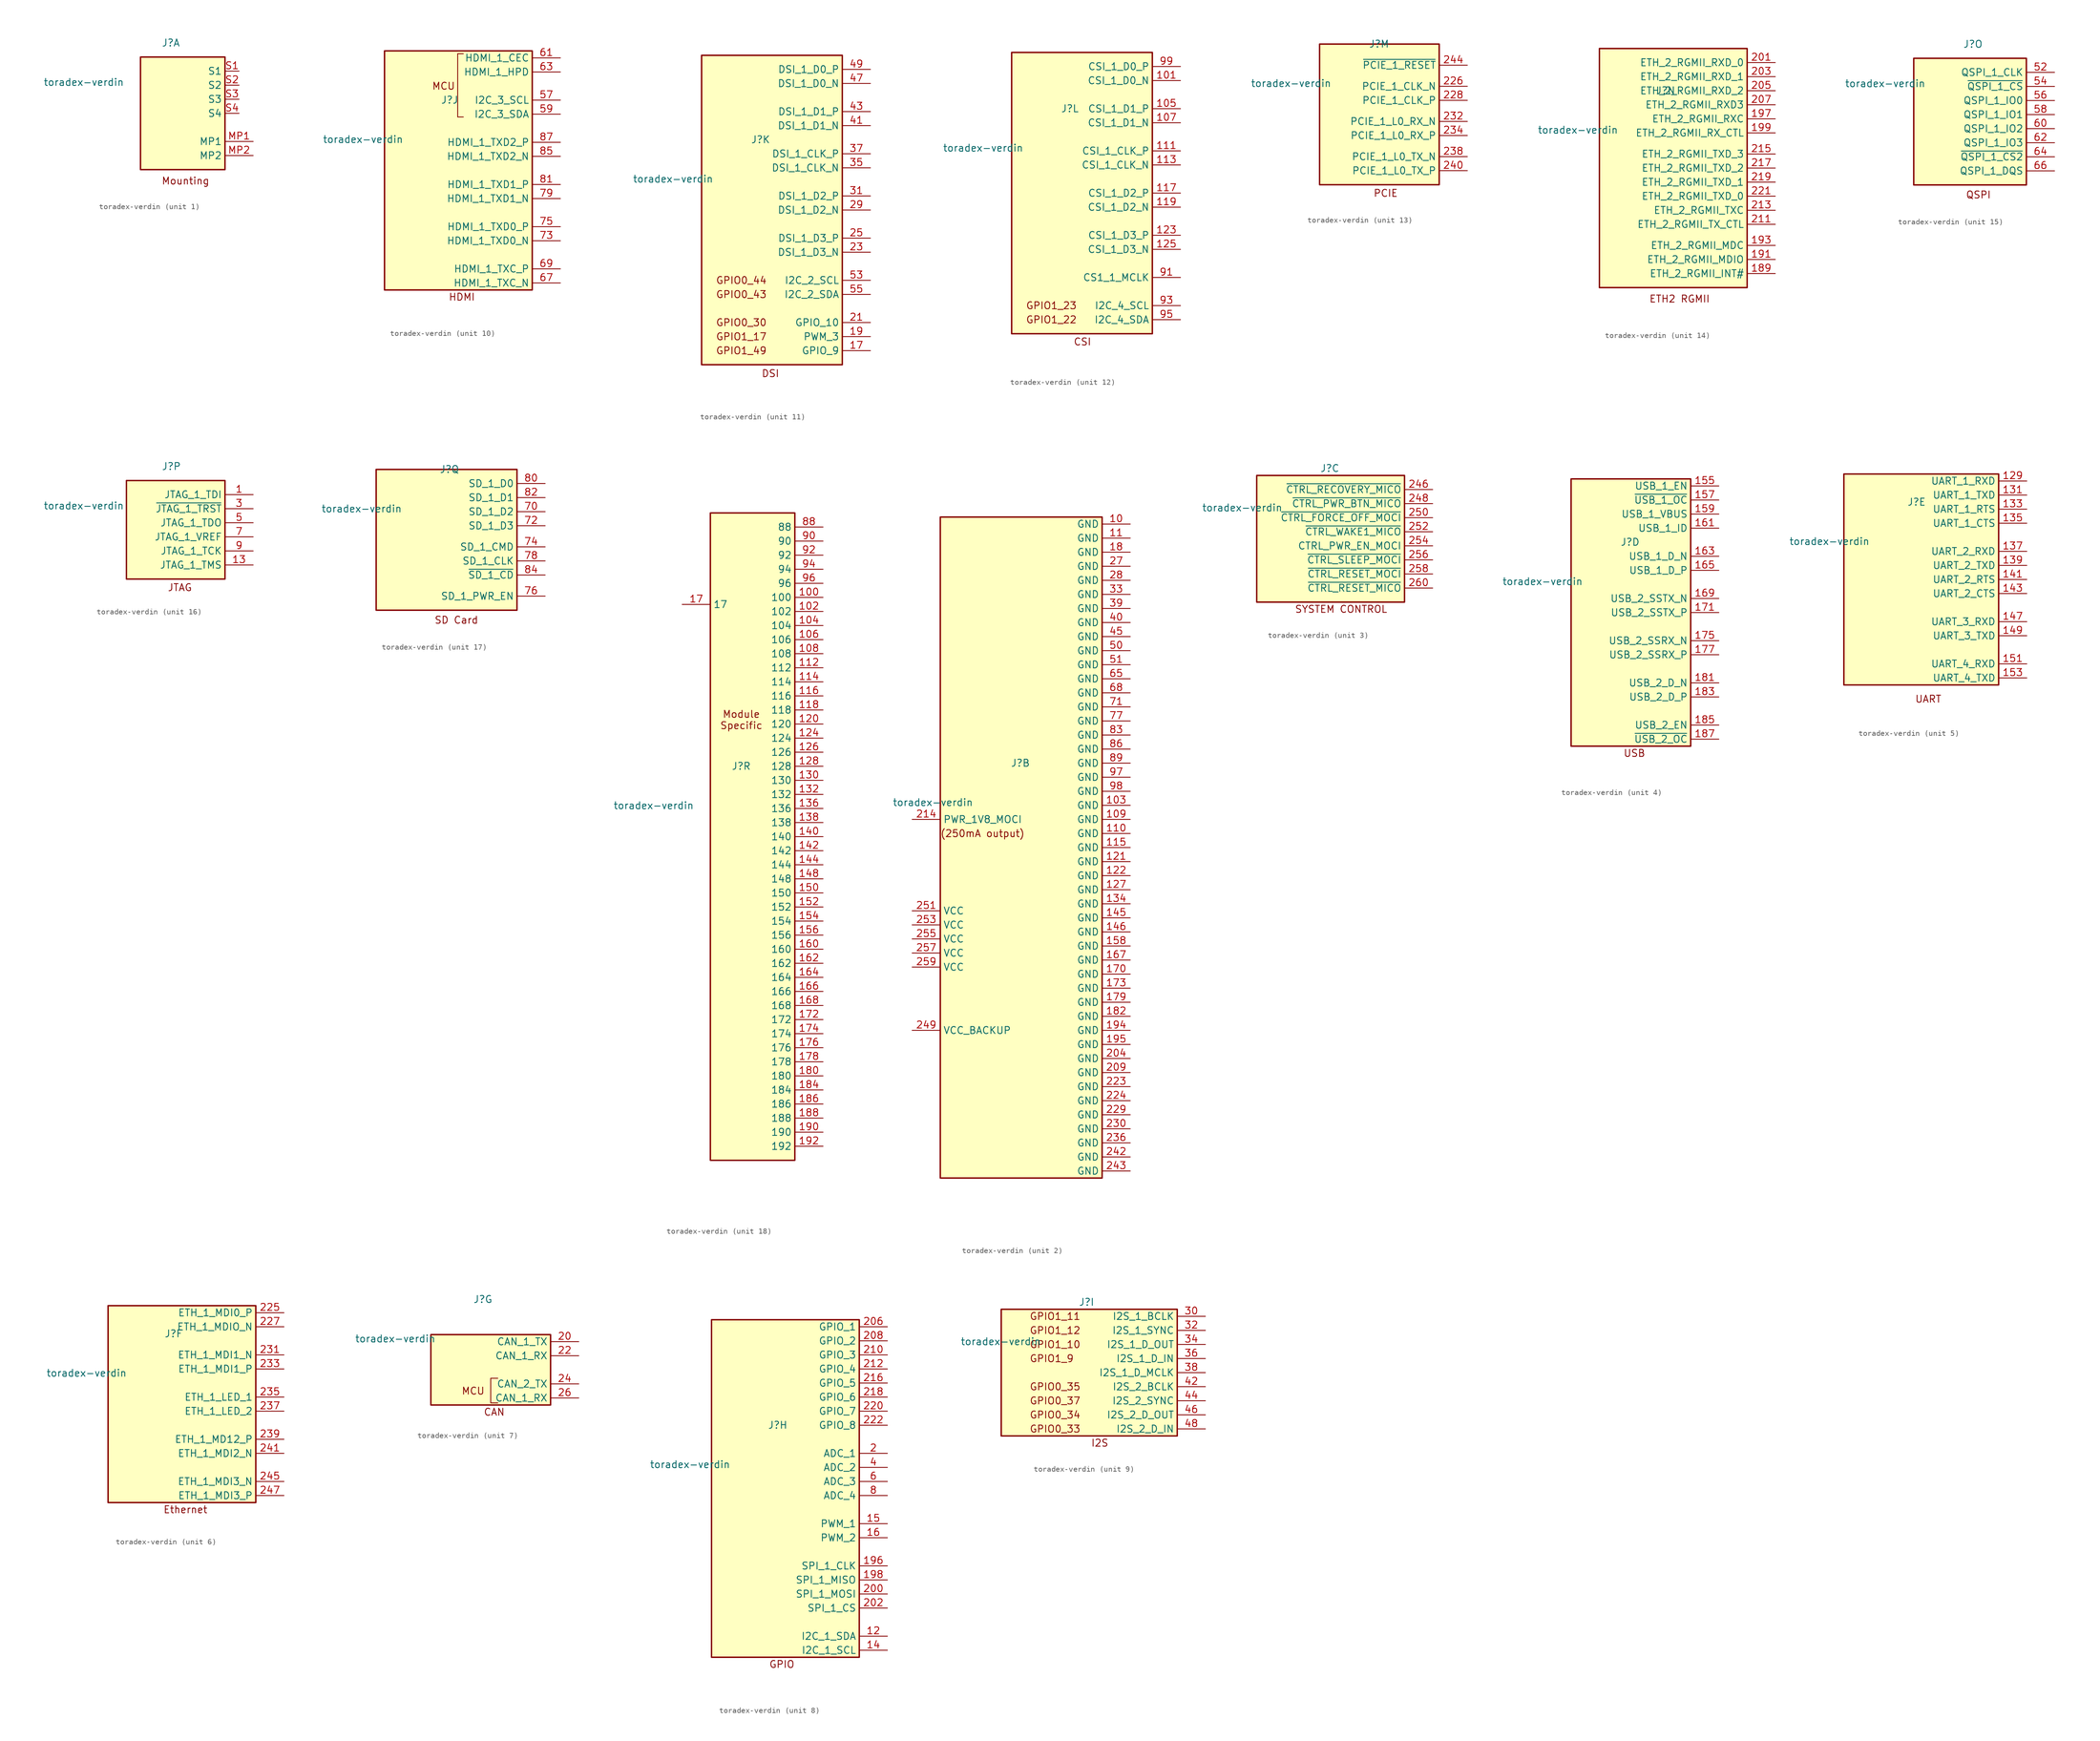
<source format=kicad_sym>
(kicad_symbol_lib
  (version 20231120)
  (generator "kicad_symbol_editor")
  (generator_version "8.0")
  (symbol "toradex-verdin"
    (property "Reference" "J"
      (at -3.81 13.462 0)
      (effects (font (size 1.27 1.27)) (justify left top)))
    (property "Value" "toradex-verdin"
      (at -25.146 6.35 0)
      (effects (font (size 1.27 1.27)) (justify left top)))
    (property "ki_locked" ""
      (at 0 0 0)
      (effects (font (size 1.27 1.27))))
    (symbol "toradex-verdin_1_1"
      (rectangle (start -7.62 10.16) (end 7.62 -10.16) (stroke (width 0.254) (type default)) (fill (type background)))
      (text "Mounting" (at 0.508 -12.192 0) (effects (font (size 1.27 1.27))))
      (pin passive line (at 12.7 -5.08 180) (length 5.08) (name "MP1" (effects (font (size 1.27 1.27)))) (number "MP1" (effects (font (size 1.27 1.27)))))
      (pin passive line (at 12.7 -7.62 180) (length 5.08) (name "MP2" (effects (font (size 1.27 1.27)))) (number "MP2" (effects (font (size 1.27 1.27)))))
      (pin input line (at 10.16 7.62 180) (length 2.54) (name "S1" (effects (font (size 1.27 1.27)))) (number "S1" (effects (font (size 1.27 1.27)))))
      (pin input line (at 10.16 5.08 180) (length 2.54) (name "S2" (effects (font (size 1.27 1.27)))) (number "S2" (effects (font (size 1.27 1.27)))))
      (pin input line (at 10.16 2.54 180) (length 2.54) (name "S3" (effects (font (size 1.27 1.27)))) (number "S3" (effects (font (size 1.27 1.27)))))
      (pin input line (at 10.16 0 180) (length 2.54) (name "S4" (effects (font (size 1.27 1.27)))) (number "S4" (effects (font (size 1.27 1.27))))))
    (symbol "toradex-verdin_2_1"
      (rectangle (start -16.51 57.15) (end 12.7 -62.23) (stroke (width 0.254) (type default)) (fill (type background)))
      (text "(250mA output)" (at -8.89 0 0) (effects (font (size 1.27 1.27))))
      (pin power_in line (at 17.78 55.88 180) (length 5.08) (name "GND" (effects (font (size 1.27 1.27)))) (number "10" (effects (font (size 1.27 1.27)))))
      (pin power_in line (at 17.78 5.08 180) (length 5.08) (name "GND" (effects (font (size 1.27 1.27)))) (number "103" (effects (font (size 1.27 1.27)))))
      (pin power_in line (at 17.78 2.54 180) (length 5.08) (name "GND" (effects (font (size 1.27 1.27)))) (number "109" (effects (font (size 1.27 1.27)))))
      (pin power_in line (at 17.78 53.34 180) (length 5.08) (name "GND" (effects (font (size 1.27 1.27)))) (number "11" (effects (font (size 1.27 1.27)))))
      (pin power_in line (at 17.78 0 180) (length 5.08) (name "GND" (effects (font (size 1.27 1.27)))) (number "110" (effects (font (size 1.27 1.27)))))
      (pin power_in line (at 17.78 -2.54 180) (length 5.08) (name "GND" (effects (font (size 1.27 1.27)))) (number "115" (effects (font (size 1.27 1.27)))))
      (pin power_in line (at 17.78 -5.08 180) (length 5.08) (name "GND" (effects (font (size 1.27 1.27)))) (number "121" (effects (font (size 1.27 1.27)))))
      (pin power_in line (at 17.78 -7.62 180) (length 5.08) (name "GND" (effects (font (size 1.27 1.27)))) (number "122" (effects (font (size 1.27 1.27)))))
      (pin power_in line (at 17.78 -10.16 180) (length 5.08) (name "GND" (effects (font (size 1.27 1.27)))) (number "127" (effects (font (size 1.27 1.27)))))
      (pin power_in line (at 17.78 -12.7 180) (length 5.08) (name "GND" (effects (font (size 1.27 1.27)))) (number "134" (effects (font (size 1.27 1.27)))))
      (pin power_in line (at 17.78 -15.24 180) (length 5.08) (name "GND" (effects (font (size 1.27 1.27)))) (number "145" (effects (font (size 1.27 1.27)))))
      (pin power_in line (at 17.78 -17.78 180) (length 5.08) (name "GND" (effects (font (size 1.27 1.27)))) (number "146" (effects (font (size 1.27 1.27)))))
      (pin power_in line (at 17.78 -20.32 180) (length 5.08) (name "GND" (effects (font (size 1.27 1.27)))) (number "158" (effects (font (size 1.27 1.27)))))
      (pin power_in line (at 17.78 -22.86 180) (length 5.08) (name "GND" (effects (font (size 1.27 1.27)))) (number "167" (effects (font (size 1.27 1.27)))))
      (pin power_in line (at 17.78 -25.4 180) (length 5.08) (name "GND" (effects (font (size 1.27 1.27)))) (number "170" (effects (font (size 1.27 1.27)))))
      (pin power_in line (at 17.78 -27.94 180) (length 5.08) (name "GND" (effects (font (size 1.27 1.27)))) (number "173" (effects (font (size 1.27 1.27)))))
      (pin power_in line (at 17.78 -30.48 180) (length 5.08) (name "GND" (effects (font (size 1.27 1.27)))) (number "179" (effects (font (size 1.27 1.27)))))
      (pin power_in line (at 17.78 50.8 180) (length 5.08) (name "GND" (effects (font (size 1.27 1.27)))) (number "18" (effects (font (size 1.27 1.27)))))
      (pin power_in line (at 17.78 -33.02 180) (length 5.08) (name "GND" (effects (font (size 1.27 1.27)))) (number "182" (effects (font (size 1.27 1.27)))))
      (pin power_in line (at 17.78 -35.56 180) (length 5.08) (name "GND" (effects (font (size 1.27 1.27)))) (number "194" (effects (font (size 1.27 1.27)))))
      (pin power_in line (at 17.78 -38.1 180) (length 5.08) (name "GND" (effects (font (size 1.27 1.27)))) (number "195" (effects (font (size 1.27 1.27)))))
      (pin power_in line (at 17.78 -40.64 180) (length 5.08) (name "GND" (effects (font (size 1.27 1.27)))) (number "204" (effects (font (size 1.27 1.27)))))
      (pin power_in line (at 17.78 -43.18 180) (length 5.08) (name "GND" (effects (font (size 1.27 1.27)))) (number "209" (effects (font (size 1.27 1.27)))))
      (pin power_out line (at -21.59 2.54 0) (length 5.08) (name "PWR_1V8_MOCI" (effects (font (size 1.27 1.27)))) (number "214" (effects (font (size 1.27 1.27)))))
      (pin power_in line (at 17.78 -45.72 180) (length 5.08) (name "GND" (effects (font (size 1.27 1.27)))) (number "223" (effects (font (size 1.27 1.27)))))
      (pin power_in line (at 17.78 -48.26 180) (length 5.08) (name "GND" (effects (font (size 1.27 1.27)))) (number "224" (effects (font (size 1.27 1.27)))))
      (pin power_in line (at 17.78 -50.8 180) (length 5.08) (name "GND" (effects (font (size 1.27 1.27)))) (number "229" (effects (font (size 1.27 1.27)))))
      (pin power_in line (at 17.78 -53.34 180) (length 5.08) (name "GND" (effects (font (size 1.27 1.27)))) (number "230" (effects (font (size 1.27 1.27)))))
      (pin power_in line (at 17.78 -55.88 180) (length 5.08) (name "GND" (effects (font (size 1.27 1.27)))) (number "236" (effects (font (size 1.27 1.27)))))
      (pin power_in line (at 17.78 -58.42 180) (length 5.08) (name "GND" (effects (font (size 1.27 1.27)))) (number "242" (effects (font (size 1.27 1.27)))))
      (pin power_in line (at 17.78 -60.96 180) (length 5.08) (name "GND" (effects (font (size 1.27 1.27)))) (number "243" (effects (font (size 1.27 1.27)))))
      (pin power_in line (at -21.59 -35.56 0) (length 5.08) (name "VCC_BACKUP" (effects (font (size 1.27 1.27)))) (number "249" (effects (font (size 1.27 1.27)))))
      (pin power_in line (at -21.59 -13.97 0) (length 5.08) (name "VCC" (effects (font (size 1.27 1.27)))) (number "251" (effects (font (size 1.27 1.27)))))
      (pin power_in line (at -21.59 -16.51 0) (length 5.08) (name "VCC" (effects (font (size 1.27 1.27)))) (number "253" (effects (font (size 1.27 1.27)))))
      (pin power_in line (at -21.59 -19.05 0) (length 5.08) (name "VCC" (effects (font (size 1.27 1.27)))) (number "255" (effects (font (size 1.27 1.27)))))
      (pin power_in line (at -21.59 -21.59 0) (length 5.08) (name "VCC" (effects (font (size 1.27 1.27)))) (number "257" (effects (font (size 1.27 1.27)))))
      (pin power_in line (at -21.59 -24.13 0) (length 5.08) (name "VCC" (effects (font (size 1.27 1.27)))) (number "259" (effects (font (size 1.27 1.27)))))
      (pin power_in line (at 17.78 48.26 180) (length 5.08) (name "GND" (effects (font (size 1.27 1.27)))) (number "27" (effects (font (size 1.27 1.27)))))
      (pin power_in line (at 17.78 45.72 180) (length 5.08) (name "GND" (effects (font (size 1.27 1.27)))) (number "28" (effects (font (size 1.27 1.27)))))
      (pin power_in line (at 17.78 43.18 180) (length 5.08) (name "GND" (effects (font (size 1.27 1.27)))) (number "33" (effects (font (size 1.27 1.27)))))
      (pin power_in line (at 17.78 40.64 180) (length 5.08) (name "GND" (effects (font (size 1.27 1.27)))) (number "39" (effects (font (size 1.27 1.27)))))
      (pin power_in line (at 17.78 38.1 180) (length 5.08) (name "GND" (effects (font (size 1.27 1.27)))) (number "40" (effects (font (size 1.27 1.27)))))
      (pin power_in line (at 17.78 35.56 180) (length 5.08) (name "GND" (effects (font (size 1.27 1.27)))) (number "45" (effects (font (size 1.27 1.27)))))
      (pin power_in line (at 17.78 33.02 180) (length 5.08) (name "GND" (effects (font (size 1.27 1.27)))) (number "50" (effects (font (size 1.27 1.27)))))
      (pin power_in line (at 17.78 30.48 180) (length 5.08) (name "GND" (effects (font (size 1.27 1.27)))) (number "51" (effects (font (size 1.27 1.27)))))
      (pin power_in line (at 17.78 27.94 180) (length 5.08) (name "GND" (effects (font (size 1.27 1.27)))) (number "65" (effects (font (size 1.27 1.27)))))
      (pin power_in line (at 17.78 25.4 180) (length 5.08) (name "GND" (effects (font (size 1.27 1.27)))) (number "68" (effects (font (size 1.27 1.27)))))
      (pin power_in line (at 17.78 22.86 180) (length 5.08) (name "GND" (effects (font (size 1.27 1.27)))) (number "71" (effects (font (size 1.27 1.27)))))
      (pin power_in line (at 17.78 20.32 180) (length 5.08) (name "GND" (effects (font (size 1.27 1.27)))) (number "77" (effects (font (size 1.27 1.27)))))
      (pin power_in line (at 17.78 17.78 180) (length 5.08) (name "GND" (effects (font (size 1.27 1.27)))) (number "83" (effects (font (size 1.27 1.27)))))
      (pin power_in line (at 17.78 15.24 180) (length 5.08) (name "GND" (effects (font (size 1.27 1.27)))) (number "86" (effects (font (size 1.27 1.27)))))
      (pin power_in line (at 17.78 12.7 180) (length 5.08) (name "GND" (effects (font (size 1.27 1.27)))) (number "89" (effects (font (size 1.27 1.27)))))
      (pin power_in line (at 17.78 10.16 180) (length 5.08) (name "GND" (effects (font (size 1.27 1.27)))) (number "97" (effects (font (size 1.27 1.27)))))
      (pin power_in line (at 17.78 7.62 180) (length 5.08) (name "GND" (effects (font (size 1.27 1.27)))) (number "98" (effects (font (size 1.27 1.27))))))
    (symbol "toradex-verdin_3_1"
      (rectangle (start -15.24 11.43) (end 11.43 -11.43) (stroke (width 0.254) (type default)) (fill (type background)))
      (text "SYSTEM CONTROL" (at 0 -12.7 0) (effects (font (size 1.27 1.27))))
      (pin passive line (at 16.51 8.89 180) (length 5.08) (name "~{CTRL_RECOVERY_MICO}" (effects (font (size 1.27 1.27)))) (number "246" (effects (font (size 1.27 1.27)))))
      (pin passive line (at 16.51 6.35 180) (length 5.08) (name "~{CTRL_PWR_BTN_MICO}" (effects (font (size 1.27 1.27)))) (number "248" (effects (font (size 1.27 1.27)))))
      (pin passive line (at 16.51 3.81 180) (length 5.08) (name "~{CTRL_FORCE_OFF_MOCI}" (effects (font (size 1.27 1.27)))) (number "250" (effects (font (size 1.27 1.27)))))
      (pin passive line (at 16.51 1.27 180) (length 5.08) (name "~{CTRL_WAKE1_MICO}" (effects (font (size 1.27 1.27)))) (number "252" (effects (font (size 1.27 1.27)))))
      (pin passive line (at 16.51 -1.27 180) (length 5.08) (name "CTRL_PWR_EN_MOCI" (effects (font (size 1.27 1.27)))) (number "254" (effects (font (size 1.27 1.27)))))
      (pin passive line (at 16.51 -3.81 180) (length 5.08) (name "~{CTRL_SLEEP_MOCI}" (effects (font (size 1.27 1.27)))) (number "256" (effects (font (size 1.27 1.27)))))
      (pin passive line (at 16.51 -6.35 180) (length 5.08) (name "~{CTRL_RESET_MOCI}" (effects (font (size 1.27 1.27)))) (number "258" (effects (font (size 1.27 1.27)))))
      (pin passive line (at 16.51 -8.89 180) (length 5.08) (name "~{CTRL_RESET_MICO}" (effects (font (size 1.27 1.27)))) (number "260" (effects (font (size 1.27 1.27))))))
    (symbol "toradex-verdin_4_1"
      (rectangle (start -12.7 24.13) (end 8.89 -24.13) (stroke (width 0.254) (type default)) (fill (type background)))
      (text "USB" (at -1.27 -25.4 0) (effects (font (size 1.27 1.27))))
      (pin passive line (at 13.97 22.86 180) (length 5.08) (name "USB_1_EN" (effects (font (size 1.27 1.27)))) (number "155" (effects (font (size 1.27 1.27)))))
      (pin passive line (at 13.97 20.32 180) (length 5.08) (name "~{USB_1_OC}" (effects (font (size 1.27 1.27)))) (number "157" (effects (font (size 1.27 1.27)))))
      (pin passive line (at 13.97 17.78 180) (length 5.08) (name "USB_1_VBUS" (effects (font (size 1.27 1.27)))) (number "159" (effects (font (size 1.27 1.27)))))
      (pin passive line (at 13.97 15.24 180) (length 5.08) (name "USB_1_ID" (effects (font (size 1.27 1.27)))) (number "161" (effects (font (size 1.27 1.27)))))
      (pin passive line (at 13.97 10.16 180) (length 5.08) (name "USB_1_D_N" (effects (font (size 1.27 1.27)))) (number "163" (effects (font (size 1.27 1.27)))))
      (pin passive line (at 13.97 7.62 180) (length 5.08) (name "USB_1_D_P" (effects (font (size 1.27 1.27)))) (number "165" (effects (font (size 1.27 1.27)))))
      (pin passive line (at 13.97 2.54 180) (length 5.08) (name "USB_2_SSTX_N" (effects (font (size 1.27 1.27)))) (number "169" (effects (font (size 1.27 1.27)))))
      (pin passive line (at 13.97 0 180) (length 5.08) (name "USB_2_SSTX_P" (effects (font (size 1.27 1.27)))) (number "171" (effects (font (size 1.27 1.27)))))
      (pin passive line (at 13.97 -5.08 180) (length 5.08) (name "USB_2_SSRX_N" (effects (font (size 1.27 1.27)))) (number "175" (effects (font (size 1.27 1.27)))))
      (pin passive line (at 13.97 -7.62 180) (length 5.08) (name "USB_2_SSRX_P" (effects (font (size 1.27 1.27)))) (number "177" (effects (font (size 1.27 1.27)))))
      (pin passive line (at 13.97 -12.7 180) (length 5.08) (name "USB_2_D_N" (effects (font (size 1.27 1.27)))) (number "181" (effects (font (size 1.27 1.27)))))
      (pin passive line (at 13.97 -15.24 180) (length 5.08) (name "USB_2_D_P" (effects (font (size 1.27 1.27)))) (number "183" (effects (font (size 1.27 1.27)))))
      (pin passive line (at 13.97 -20.32 180) (length 5.08) (name "USB_2_EN" (effects (font (size 1.27 1.27)))) (number "185" (effects (font (size 1.27 1.27)))))
      (pin passive line (at 13.97 -22.86 180) (length 5.08) (name "~{USB_2_OC}" (effects (font (size 1.27 1.27)))) (number "187" (effects (font (size 1.27 1.27))))))
    (symbol "toradex-verdin_5_1"
      (rectangle (start -15.24 17.78) (end 12.7 -20.32) (stroke (width 0.254) (type default)) (fill (type background)))
      (text "UART" (at 0 -22.86 0) (effects (font (size 1.27 1.27))))
      (pin passive line (at 17.78 16.51 180) (length 5.08) (name "UART_1_RXD" (effects (font (size 1.27 1.27)))) (number "129" (effects (font (size 1.27 1.27)))))
      (pin passive line (at 17.78 13.97 180) (length 5.08) (name "UART_1_TXD" (effects (font (size 1.27 1.27)))) (number "131" (effects (font (size 1.27 1.27)))))
      (pin passive line (at 17.78 11.43 180) (length 5.08) (name "UART_1_RTS" (effects (font (size 1.27 1.27)))) (number "133" (effects (font (size 1.27 1.27)))))
      (pin passive line (at 17.78 8.89 180) (length 5.08) (name "UART_1_CTS" (effects (font (size 1.27 1.27)))) (number "135" (effects (font (size 1.27 1.27)))))
      (pin passive line (at 17.78 3.81 180) (length 5.08) (name "UART_2_RXD" (effects (font (size 1.27 1.27)))) (number "137" (effects (font (size 1.27 1.27)))))
      (pin passive line (at 17.78 1.27 180) (length 5.08) (name "UART_2_TXD" (effects (font (size 1.27 1.27)))) (number "139" (effects (font (size 1.27 1.27)))))
      (pin passive line (at 17.78 -1.27 180) (length 5.08) (name "UART_2_RTS" (effects (font (size 1.27 1.27)))) (number "141" (effects (font (size 1.27 1.27)))))
      (pin passive line (at 17.78 -3.81 180) (length 5.08) (name "UART_2_CTS" (effects (font (size 1.27 1.27)))) (number "143" (effects (font (size 1.27 1.27)))))
      (pin passive line (at 17.78 -8.89 180) (length 5.08) (name "UART_3_RXD" (effects (font (size 1.27 1.27)))) (number "147" (effects (font (size 1.27 1.27)))))
      (pin passive line (at 17.78 -11.43 180) (length 5.08) (name "UART_3_TXD" (effects (font (size 1.27 1.27)))) (number "149" (effects (font (size 1.27 1.27)))))
      (pin passive line (at 17.78 -16.51 180) (length 5.08) (name "UART_4_RXD" (effects (font (size 1.27 1.27)))) (number "151" (effects (font (size 1.27 1.27)))))
      (pin passive line (at 17.78 -19.05 180) (length 5.08) (name "UART_4_TXD" (effects (font (size 1.27 1.27)))) (number "153" (effects (font (size 1.27 1.27))))))
    (symbol "toradex-verdin_6_1"
      (rectangle (start -13.97 17.78) (end 12.7 -17.78) (stroke (width 0.254) (type default)) (fill (type background)))
      (text "Ethernet" (at 0 -19.05 0) (effects (font (size 1.27 1.27))))
      (pin passive line (at 17.78 16.51 180) (length 5.08) (name "ETH_1_MDI0_P" (effects (font (size 1.27 1.27)))) (number "225" (effects (font (size 1.27 1.27)))))
      (pin passive line (at 17.78 13.97 180) (length 5.08) (name "ETH_1_MDIO_N" (effects (font (size 1.27 1.27)))) (number "227" (effects (font (size 1.27 1.27)))))
      (pin passive line (at 17.78 8.89 180) (length 5.08) (name "ETH_1_MDI1_N" (effects (font (size 1.27 1.27)))) (number "231" (effects (font (size 1.27 1.27)))))
      (pin passive line (at 17.78 6.35 180) (length 5.08) (name "ETH_1_MDI1_P" (effects (font (size 1.27 1.27)))) (number "233" (effects (font (size 1.27 1.27)))))
      (pin passive line (at 17.78 1.27 180) (length 5.08) (name "ETH_1_LED_1" (effects (font (size 1.27 1.27)))) (number "235" (effects (font (size 1.27 1.27)))))
      (pin passive line (at 17.78 -1.27 180) (length 5.08) (name "ETH_1_LED_2" (effects (font (size 1.27 1.27)))) (number "237" (effects (font (size 1.27 1.27)))))
      (pin passive line (at 17.78 -6.35 180) (length 5.08) (name "ETH_1_MD12_P" (effects (font (size 1.27 1.27)))) (number "239" (effects (font (size 1.27 1.27)))))
      (pin passive line (at 17.78 -8.89 180) (length 5.08) (name "ETH_1_MDI2_N" (effects (font (size 1.27 1.27)))) (number "241" (effects (font (size 1.27 1.27)))))
      (pin passive line (at 17.78 -13.97 180) (length 5.08) (name "ETH_1_MDI3_N" (effects (font (size 1.27 1.27)))) (number "245" (effects (font (size 1.27 1.27)))))
      (pin passive line (at 17.78 -16.51 180) (length 5.08) (name "ETH_1_MDI3_P" (effects (font (size 1.27 1.27)))) (number "247" (effects (font (size 1.27 1.27))))))
    (symbol "toradex-verdin_7_1"
      (rectangle (start -11.43 6.35) (end 10.16 -6.35) (stroke (width 0.254) (type default)) (fill (type background)))
      (polyline (pts (xy 0.635 -1.524) (xy -0.635 -1.524) (xy -0.635 -5.969) (xy 0.635 -5.969)) (stroke (width 0) (type default)) (fill (type none)))
      (text "CAN" (at 0 -7.62 0) (effects (font (size 1.27 1.27))))
      (text "MCU" (at -3.81 -3.81 0) (effects (font (size 1.27 1.27))))
      (pin passive line (at 15.24 5.08 180) (length 5.08) (name "CAN_1_TX" (effects (font (size 1.27 1.27)))) (number "20" (effects (font (size 1.27 1.27)))))
      (pin passive line (at 15.24 2.54 180) (length 5.08) (name "CAN_1_RX" (effects (font (size 1.27 1.27)))) (number "22" (effects (font (size 1.27 1.27)))))
      (pin passive line (at 15.24 -2.54 180) (length 5.08) (name "CAN_2_TX" (effects (font (size 1.27 1.27)))) (number "24" (effects (font (size 1.27 1.27)))))
      (pin passive line (at 15.24 -5.08 180) (length 5.08) (name "CAN_1_RX" (effects (font (size 1.27 1.27)))) (number "26" (effects (font (size 1.27 1.27))))))
    (symbol "toradex-verdin_8_1"
      (rectangle (start -13.97 31.75) (end 12.7 -29.21) (stroke (width 0.254) (type default)) (fill (type background)))
      (text "GPIO\n" (at -1.27 -30.48 0) (effects (font (size 1.27 1.27))))
      (pin passive line (at 17.78 -25.4 180) (length 5.08) (name "I2C_1_SDA" (effects (font (size 1.27 1.27)))) (number "12" (effects (font (size 1.27 1.27)))))
      (pin passive line (at 17.78 -27.94 180) (length 5.08) (name "I2C_1_SCL" (effects (font (size 1.27 1.27)))) (number "14" (effects (font (size 1.27 1.27)))))
      (pin passive line (at 17.78 -5.08 180) (length 5.08) (name "PWM_1" (effects (font (size 1.27 1.27)))) (number "15" (effects (font (size 1.27 1.27)))))
      (pin passive line (at 17.78 -7.62 180) (length 5.08) (name "PWM_2" (effects (font (size 1.27 1.27)))) (number "16" (effects (font (size 1.27 1.27)))))
      (pin passive line (at 17.78 -12.7 180) (length 5.08) (name "SPI_1_CLK" (effects (font (size 1.27 1.27)))) (number "196" (effects (font (size 1.27 1.27)))))
      (pin passive line (at 17.78 -15.24 180) (length 5.08) (name "SPI_1_MISO" (effects (font (size 1.27 1.27)))) (number "198" (effects (font (size 1.27 1.27)))))
      (pin passive line (at 17.78 7.62 180) (length 5.08) (name "ADC_1" (effects (font (size 1.27 1.27)))) (number "2" (effects (font (size 1.27 1.27)))))
      (pin passive line (at 17.78 -17.78 180) (length 5.08) (name "SPI_1_MOSI" (effects (font (size 1.27 1.27)))) (number "200" (effects (font (size 1.27 1.27)))))
      (pin passive line (at 17.78 -20.32 180) (length 5.08) (name "SPI_1_CS" (effects (font (size 1.27 1.27)))) (number "202" (effects (font (size 1.27 1.27)))))
      (pin passive line (at 17.78 30.48 180) (length 5.08) (name "GPIO_1" (effects (font (size 1.27 1.27)))) (number "206" (effects (font (size 1.27 1.27)))))
      (pin passive line (at 17.78 27.94 180) (length 5.08) (name "GPIO_2" (effects (font (size 1.27 1.27)))) (number "208" (effects (font (size 1.27 1.27)))))
      (pin passive line (at 17.78 25.4 180) (length 5.08) (name "GPIO_3" (effects (font (size 1.27 1.27)))) (number "210" (effects (font (size 1.27 1.27)))))
      (pin passive line (at 17.78 22.86 180) (length 5.08) (name "GPIO_4" (effects (font (size 1.27 1.27)))) (number "212" (effects (font (size 1.27 1.27)))))
      (pin passive line (at 17.78 20.32 180) (length 5.08) (name "GPIO_5" (effects (font (size 1.27 1.27)))) (number "216" (effects (font (size 1.27 1.27)))))
      (pin passive line (at 17.78 17.78 180) (length 5.08) (name "GPIO_6" (effects (font (size 1.27 1.27)))) (number "218" (effects (font (size 1.27 1.27)))))
      (pin passive line (at 17.78 15.24 180) (length 5.08) (name "GPIO_7" (effects (font (size 1.27 1.27)))) (number "220" (effects (font (size 1.27 1.27)))))
      (pin passive line (at 17.78 12.7 180) (length 5.08) (name "GPIO_8" (effects (font (size 1.27 1.27)))) (number "222" (effects (font (size 1.27 1.27)))))
      (pin passive line (at 17.78 5.08 180) (length 5.08) (name "ADC_2" (effects (font (size 1.27 1.27)))) (number "4" (effects (font (size 1.27 1.27)))))
      (pin passive line (at 17.78 2.54 180) (length 5.08) (name "ADC_3" (effects (font (size 1.27 1.27)))) (number "6" (effects (font (size 1.27 1.27)))))
      (pin passive line (at 17.78 0 180) (length 5.08) (name "ADC_4" (effects (font (size 1.27 1.27)))) (number "8" (effects (font (size 1.27 1.27))))))
    (symbol "toradex-verdin_9_1"
      (rectangle (start -17.78 11.43) (end 13.97 -11.43) (stroke (width 0.254) (type default)) (fill (type background)))
      (text "GPIO0_33" (at -12.7 -10.16 0) (effects (font (size 1.27 1.27)) (justify left)))
      (text "GPIO0_34" (at -12.7 -7.62 0) (effects (font (size 1.27 1.27)) (justify left)))
      (text "GPIO0_35" (at -12.7 -2.54 0) (effects (font (size 1.27 1.27)) (justify left)))
      (text "GPIO0_37" (at -12.7 -5.08 0) (effects (font (size 1.27 1.27)) (justify left)))
      (text "GPIO1_10" (at -12.7 5.08 0) (effects (font (size 1.27 1.27)) (justify left)))
      (text "GPIO1_11" (at -12.7 10.16 0) (effects (font (size 1.27 1.27)) (justify left)))
      (text "GPIO1_12" (at -12.7 7.62 0) (effects (font (size 1.27 1.27)) (justify left)))
      (text "GPIO1_9" (at -12.7 2.54 0) (effects (font (size 1.27 1.27)) (justify left)))
      (text "I2S" (at 0 -12.7 0) (effects (font (size 1.27 1.27))))
      (pin passive line (at 19.05 10.16 180) (length 5.08) (name "I2S_1_BCLK" (effects (font (size 1.27 1.27)))) (number "30" (effects (font (size 1.27 1.27)))))
      (pin passive line (at 19.05 7.62 180) (length 5.08) (name "I2S_1_SYNC" (effects (font (size 1.27 1.27)))) (number "32" (effects (font (size 1.27 1.27)))))
      (pin passive line (at 19.05 5.08 180) (length 5.08) (name "I2S_1_D_OUT" (effects (font (size 1.27 1.27)))) (number "34" (effects (font (size 1.27 1.27)))))
      (pin passive line (at 19.05 2.54 180) (length 5.08) (name "I2S_1_D_IN" (effects (font (size 1.27 1.27)))) (number "36" (effects (font (size 1.27 1.27)))))
      (pin passive line (at 19.05 0 180) (length 5.08) (name "I2S_1_D_MCLK" (effects (font (size 1.27 1.27)))) (number "38" (effects (font (size 1.27 1.27)))))
      (pin passive line (at 19.05 -2.54 180) (length 5.08) (name "I2S_2_BCLK" (effects (font (size 1.27 1.27)))) (number "42" (effects (font (size 1.27 1.27)))))
      (pin passive line (at 19.05 -5.08 180) (length 5.08) (name "I2S_2_SYNC" (effects (font (size 1.27 1.27)))) (number "44" (effects (font (size 1.27 1.27)))))
      (pin passive line (at 19.05 -7.62 180) (length 5.08) (name "I2S_2_D_OUT" (effects (font (size 1.27 1.27)))) (number "46" (effects (font (size 1.27 1.27)))))
      (pin passive line (at 19.05 -10.16 180) (length 5.08) (name "I2S_2_D_IN" (effects (font (size 1.27 1.27)))) (number "48" (effects (font (size 1.27 1.27))))))
    (symbol "toradex-verdin_10_1"
      (rectangle (start -13.97 21.59) (end 12.7 -21.59) (stroke (width 0.254) (type default)) (fill (type background)))
      (polyline (pts (xy 0.254 21.082) (xy -0.762 21.082) (xy -0.762 9.652) (xy 0.254 9.652)) (stroke (width 0) (type default)) (fill (type none)))
      (text "HDMI" (at 0 -22.86 0) (effects (font (size 1.27 1.27))))
      (text "MCU" (at -3.302 15.24 0) (effects (font (size 1.27 1.27))))
      (pin passive line (at 17.78 12.7 180) (length 5.08) (name "I2C_3_SCL" (effects (font (size 1.27 1.27)))) (number "57" (effects (font (size 1.27 1.27)))))
      (pin passive line (at 17.78 10.16 180) (length 5.08) (name "I2C_3_SDA" (effects (font (size 1.27 1.27)))) (number "59" (effects (font (size 1.27 1.27)))))
      (pin passive line (at 17.78 20.32 180) (length 5.08) (name "HDMI_1_CEC" (effects (font (size 1.27 1.27)))) (number "61" (effects (font (size 1.27 1.27)))))
      (pin passive line (at 17.78 17.78 180) (length 5.08) (name "HDMI_1_HPD" (effects (font (size 1.27 1.27)))) (number "63" (effects (font (size 1.27 1.27)))))
      (pin passive line (at 17.78 -20.32 180) (length 5.08) (name "HDMI_1_TXC_N" (effects (font (size 1.27 1.27)))) (number "67" (effects (font (size 1.27 1.27)))))
      (pin passive line (at 17.78 -17.78 180) (length 5.08) (name "HDMI_1_TXC_P" (effects (font (size 1.27 1.27)))) (number "69" (effects (font (size 1.27 1.27)))))
      (pin passive line (at 17.78 -12.7 180) (length 5.08) (name "HDMI_1_TXD0_N" (effects (font (size 1.27 1.27)))) (number "73" (effects (font (size 1.27 1.27)))))
      (pin passive line (at 17.78 -10.16 180) (length 5.08) (name "HDMI_1_TXD0_P" (effects (font (size 1.27 1.27)))) (number "75" (effects (font (size 1.27 1.27)))))
      (pin passive line (at 17.78 -5.08 180) (length 5.08) (name "HDMI_1_TXD1_N" (effects (font (size 1.27 1.27)))) (number "79" (effects (font (size 1.27 1.27)))))
      (pin passive line (at 17.78 -2.54 180) (length 5.08) (name "HDMI_1_TXD1_P" (effects (font (size 1.27 1.27)))) (number "81" (effects (font (size 1.27 1.27)))))
      (pin passive line (at 17.78 2.54 180) (length 5.08) (name "HDMI_1_TXD2_N" (effects (font (size 1.27 1.27)))) (number "85" (effects (font (size 1.27 1.27)))))
      (pin passive line (at 17.78 5.08 180) (length 5.08) (name "HDMI_1_TXD2_P" (effects (font (size 1.27 1.27)))) (number "87" (effects (font (size 1.27 1.27))))))
    (symbol "toradex-verdin_11_1"
      (rectangle (start -12.7 27.94) (end 12.7 -27.94) (stroke (width 0.254) (type default)) (fill (type background)))
      (text "DSI" (at -0.265 -29.521 0) (effects (font (size 1.27 1.27))))
      (text "GPIO0_30" (at -10.16 -20.32 0) (effects (font (size 1.27 1.27)) (justify left)))
      (text "GPIO0_43" (at -10.16 -15.24 0) (effects (font (size 1.27 1.27)) (justify left)))
      (text "GPIO0_44" (at -10.16 -12.7 0) (effects (font (size 1.27 1.27)) (justify left)))
      (text "GPIO1_17" (at -10.16 -22.86 0) (effects (font (size 1.27 1.27)) (justify left)))
      (text "GPIO1_49" (at -10.16 -25.4 0) (effects (font (size 1.27 1.27)) (justify left)))
      (pin passive line (at 17.78 -25.4 180) (length 5.08) (name "GPIO_9" (effects (font (size 1.27 1.27)))) (number "17" (effects (font (size 1.27 1.27)))))
      (pin passive line (at 17.78 -22.86 180) (length 5.08) (name "PWM_3" (effects (font (size 1.27 1.27)))) (number "19" (effects (font (size 1.27 1.27)))))
      (pin passive line (at 17.78 -20.32 180) (length 5.08) (name "GPIO_10" (effects (font (size 1.27 1.27)))) (number "21" (effects (font (size 1.27 1.27)))))
      (pin passive line (at 17.78 -7.62 180) (length 5.08) (name "DSI_1_D3_N" (effects (font (size 1.27 1.27)))) (number "23" (effects (font (size 1.27 1.27)))))
      (pin passive line (at 17.78 -5.08 180) (length 5.08) (name "DSI_1_D3_P" (effects (font (size 1.27 1.27)))) (number "25" (effects (font (size 1.27 1.27)))))
      (pin passive line (at 17.78 0 180) (length 5.08) (name "DSI_1_D2_N" (effects (font (size 1.27 1.27)))) (number "29" (effects (font (size 1.27 1.27)))))
      (pin passive line (at 17.78 2.54 180) (length 5.08) (name "DSI_1_D2_P" (effects (font (size 1.27 1.27)))) (number "31" (effects (font (size 1.27 1.27)))))
      (pin passive line (at 17.78 7.62 180) (length 5.08) (name "DSI_1_CLK_N" (effects (font (size 1.27 1.27)))) (number "35" (effects (font (size 1.27 1.27)))))
      (pin passive line (at 17.78 10.16 180) (length 5.08) (name "DSI_1_CLK_P" (effects (font (size 1.27 1.27)))) (number "37" (effects (font (size 1.27 1.27)))))
      (pin passive line (at 17.78 15.24 180) (length 5.08) (name "DSI_1_D1_N" (effects (font (size 1.27 1.27)))) (number "41" (effects (font (size 1.27 1.27)))))
      (pin passive line (at 17.78 17.78 180) (length 5.08) (name "DSI_1_D1_P" (effects (font (size 1.27 1.27)))) (number "43" (effects (font (size 1.27 1.27)))))
      (pin passive line (at 17.78 22.86 180) (length 5.08) (name "DSI_1_D0_N" (effects (font (size 1.27 1.27)))) (number "47" (effects (font (size 1.27 1.27)))))
      (pin passive line (at 17.78 25.4 180) (length 5.08) (name "DSI_1_D0_P" (effects (font (size 1.27 1.27)))) (number "49" (effects (font (size 1.27 1.27)))))
      (pin passive line (at 17.78 -12.7 180) (length 5.08) (name "I2C_2_SCL" (effects (font (size 1.27 1.27)))) (number "53" (effects (font (size 1.27 1.27)))))
      (pin passive line (at 17.78 -15.24 180) (length 5.08) (name "I2C_2_SDA" (effects (font (size 1.27 1.27)))) (number "55" (effects (font (size 1.27 1.27))))))
    (symbol "toradex-verdin_12_1"
      (rectangle (start -12.7 22.86) (end 12.7 -27.94) (stroke (width 0.254) (type default)) (fill (type background)))
      (text "CSI" (at 0.087 -29.391 0) (effects (font (size 1.27 1.27))))
      (text "GPIO1_22" (at -10.16 -25.4 0) (effects (font (size 1.27 1.27)) (justify left)))
      (text "GPIO1_23" (at -10.16 -22.86 0) (effects (font (size 1.27 1.27)) (justify left)))
      (pin passive line (at 17.78 17.78 180) (length 5.08) (name "CSI_1_D0_N" (effects (font (size 1.27 1.27)))) (number "101" (effects (font (size 1.27 1.27)))))
      (pin passive line (at 17.78 12.7 180) (length 5.08) (name "CSI_1_D1_P" (effects (font (size 1.27 1.27)))) (number "105" (effects (font (size 1.27 1.27)))))
      (pin passive line (at 17.78 10.16 180) (length 5.08) (name "CSI_1_D1_N" (effects (font (size 1.27 1.27)))) (number "107" (effects (font (size 1.27 1.27)))))
      (pin passive line (at 17.78 5.08 180) (length 5.08) (name "CSI_1_CLK_P" (effects (font (size 1.27 1.27)))) (number "111" (effects (font (size 1.27 1.27)))))
      (pin passive line (at 17.78 2.54 180) (length 5.08) (name "CSI_1_CLK_N" (effects (font (size 1.27 1.27)))) (number "113" (effects (font (size 1.27 1.27)))))
      (pin passive line (at 17.78 -2.54 180) (length 5.08) (name "CSI_1_D2_P" (effects (font (size 1.27 1.27)))) (number "117" (effects (font (size 1.27 1.27)))))
      (pin passive line (at 17.78 -5.08 180) (length 5.08) (name "CSI_1_D2_N" (effects (font (size 1.27 1.27)))) (number "119" (effects (font (size 1.27 1.27)))))
      (pin passive line (at 17.78 -10.16 180) (length 5.08) (name "CSI_1_D3_P" (effects (font (size 1.27 1.27)))) (number "123" (effects (font (size 1.27 1.27)))))
      (pin passive line (at 17.78 -12.7 180) (length 5.08) (name "CSI_1_D3_N" (effects (font (size 1.27 1.27)))) (number "125" (effects (font (size 1.27 1.27)))))
      (pin passive line (at 17.78 -17.78 180) (length 5.08) (name "CS1_1_MCLK" (effects (font (size 1.27 1.27)))) (number "91" (effects (font (size 1.27 1.27)))))
      (pin passive line (at 17.78 -22.86 180) (length 5.08) (name "I2C_4_SCL" (effects (font (size 1.27 1.27)))) (number "93" (effects (font (size 1.27 1.27)))))
      (pin passive line (at 17.78 -25.4 180) (length 5.08) (name "I2C_4_SDA" (effects (font (size 1.27 1.27)))) (number "95" (effects (font (size 1.27 1.27)))))
      (pin passive line (at 17.78 20.32 180) (length 5.08) (name "CSI_1_D0_P" (effects (font (size 1.27 1.27)))) (number "99" (effects (font (size 1.27 1.27))))))
    (symbol "toradex-verdin_13_1"
      (rectangle (start -12.7 12.7) (end 8.89 -12.7) (stroke (width 0.254) (type default)) (fill (type background)))
      (text "PCIE" (at -0.762 -14.224 0) (effects (font (size 1.27 1.27))))
      (pin passive line (at 13.97 5.08 180) (length 5.08) (name "PCIE_1_CLK_N" (effects (font (size 1.27 1.27)))) (number "226" (effects (font (size 1.27 1.27)))))
      (pin passive line (at 13.97 2.54 180) (length 5.08) (name "PCIE_1_CLK_P" (effects (font (size 1.27 1.27)))) (number "228" (effects (font (size 1.27 1.27)))))
      (pin passive line (at 13.97 -1.27 180) (length 5.08) (name "PCIE_1_L0_RX_N" (effects (font (size 1.27 1.27)))) (number "232" (effects (font (size 1.27 1.27)))))
      (pin passive line (at 13.97 -3.81 180) (length 5.08) (name "PCIE_1_L0_RX_P" (effects (font (size 1.27 1.27)))) (number "234" (effects (font (size 1.27 1.27)))))
      (pin passive line (at 13.97 -7.62 180) (length 5.08) (name "PCIE_1_L0_TX_N" (effects (font (size 1.27 1.27)))) (number "238" (effects (font (size 1.27 1.27)))))
      (pin passive line (at 13.97 -10.16 180) (length 5.08) (name "PCIE_1_L0_TX_P" (effects (font (size 1.27 1.27)))) (number "240" (effects (font (size 1.27 1.27)))))
      (pin passive line (at 13.97 8.89 180) (length 5.08) (name "~{PCIE_1_RESET}" (effects (font (size 1.27 1.27)))) (number "244" (effects (font (size 1.27 1.27))))))
    (symbol "toradex-verdin_14_1"
      (rectangle (start -13.97 20.32) (end 12.7 -22.86) (stroke (width 0.254) (type default)) (fill (type background)))
      (text "ETH2 RGMII" (at 0.508 -24.892 0) (effects (font (size 1.27 1.27))))
      (pin passive line (at 17.78 -20.32 180) (length 5.08) (name "ETH_2_RGMII_INT#" (effects (font (size 1.27 1.27)))) (number "189" (effects (font (size 1.27 1.27)))))
      (pin passive line (at 17.78 -17.78 180) (length 5.08) (name "ETH_2_RGMII_MDIO" (effects (font (size 1.27 1.27)))) (number "191" (effects (font (size 1.27 1.27)))))
      (pin passive line (at 17.78 -15.24 180) (length 5.08) (name "ETH_2_RGMII_MDC" (effects (font (size 1.27 1.27)))) (number "193" (effects (font (size 1.27 1.27)))))
      (pin passive line (at 17.78 7.62 180) (length 5.08) (name "ETH_2_RGMII_RXC" (effects (font (size 1.27 1.27)))) (number "197" (effects (font (size 1.27 1.27)))))
      (pin passive line (at 17.78 5.08 180) (length 5.08) (name "ETH_2_RGMII_RX_CTL" (effects (font (size 1.27 1.27)))) (number "199" (effects (font (size 1.27 1.27)))))
      (pin passive line (at 17.78 17.78 180) (length 5.08) (name "ETH_2_RGMII_RXD_0" (effects (font (size 1.27 1.27)))) (number "201" (effects (font (size 1.27 1.27)))))
      (pin passive line (at 17.78 15.24 180) (length 5.08) (name "ETH_2_RGMII_RXD_1" (effects (font (size 1.27 1.27)))) (number "203" (effects (font (size 1.27 1.27)))))
      (pin passive line (at 17.78 12.7 180) (length 5.08) (name "ETH_2_RGMII_RXD_2" (effects (font (size 1.27 1.27)))) (number "205" (effects (font (size 1.27 1.27)))))
      (pin passive line (at 17.78 10.16 180) (length 5.08) (name "ETH_2_RGMII_RXD3" (effects (font (size 1.27 1.27)))) (number "207" (effects (font (size 1.27 1.27)))))
      (pin passive line (at 17.78 -11.43 180) (length 5.08) (name "ETH_2_RGMII_TX_CTL" (effects (font (size 1.27 1.27)))) (number "211" (effects (font (size 1.27 1.27)))))
      (pin passive line (at 17.78 -8.89 180) (length 5.08) (name "ETH_2_RGMII_TXC" (effects (font (size 1.27 1.27)))) (number "213" (effects (font (size 1.27 1.27)))))
      (pin passive line (at 17.78 1.27 180) (length 5.08) (name "ETH_2_RGMII_TXD_3" (effects (font (size 1.27 1.27)))) (number "215" (effects (font (size 1.27 1.27)))))
      (pin passive line (at 17.78 -1.27 180) (length 5.08) (name "ETH_2_RGMII_TXD_2" (effects (font (size 1.27 1.27)))) (number "217" (effects (font (size 1.27 1.27)))))
      (pin passive line (at 17.78 -3.81 180) (length 5.08) (name "ETH_2_RGMII_TXD_1" (effects (font (size 1.27 1.27)))) (number "219" (effects (font (size 1.27 1.27)))))
      (pin passive line (at 17.78 -6.35 180) (length 5.08) (name "ETH_2_RGMII_TXD_0" (effects (font (size 1.27 1.27)))) (number "221" (effects (font (size 1.27 1.27))))))
    (symbol "toradex-verdin_15_1"
      (rectangle (start -12.7 10.16) (end 7.62 -12.7) (stroke (width 0.254) (type default)) (fill (type background)))
      (text "QSPI" (at -1.016 -14.478 0) (effects (font (size 1.27 1.27))))
      (pin passive line (at 12.7 7.62 180) (length 5.08) (name "QSPI_1_CLK" (effects (font (size 1.27 1.27)))) (number "52" (effects (font (size 1.27 1.27)))))
      (pin passive line (at 12.7 5.08 180) (length 5.08) (name "~{QSPI_1_CS}" (effects (font (size 1.27 1.27)))) (number "54" (effects (font (size 1.27 1.27)))))
      (pin passive line (at 12.7 2.54 180) (length 5.08) (name "QSPI_1_IO0" (effects (font (size 1.27 1.27)))) (number "56" (effects (font (size 1.27 1.27)))))
      (pin passive line (at 12.7 0 180) (length 5.08) (name "QSPI_1_IO1" (effects (font (size 1.27 1.27)))) (number "58" (effects (font (size 1.27 1.27)))))
      (pin passive line (at 12.7 -2.54 180) (length 5.08) (name "QSPI_1_IO2" (effects (font (size 1.27 1.27)))) (number "60" (effects (font (size 1.27 1.27)))))
      (pin passive line (at 12.7 -5.08 180) (length 5.08) (name "QSPI_1_IO3" (effects (font (size 1.27 1.27)))) (number "62" (effects (font (size 1.27 1.27)))))
      (pin passive line (at 12.7 -7.62 180) (length 5.08) (name "~{QSPI_1_CS2}" (effects (font (size 1.27 1.27)))) (number "64" (effects (font (size 1.27 1.27)))))
      (pin passive line (at 12.7 -10.16 180) (length 5.08) (name "QSPI_1_DQS" (effects (font (size 1.27 1.27)))) (number "66" (effects (font (size 1.27 1.27))))))
    (symbol "toradex-verdin_16_1"
      (rectangle (start -10.16 10.16) (end 7.62 -7.62) (stroke (width 0.254) (type default)) (fill (type background)))
      (text "JTAG" (at -0.508 -9.144 0) (effects (font (size 1.27 1.27))))
      (pin passive line (at 12.7 7.62 180) (length 5.08) (name "JTAG_1_TDI" (effects (font (size 1.27 1.27)))) (number "1" (effects (font (size 1.27 1.27)))))
      (pin passive line (at 12.7 -5.08 180) (length 5.08) (name "JTAG_1_TMS" (effects (font (size 1.27 1.27)))) (number "13" (effects (font (size 1.27 1.27)))))
      (pin passive line (at 12.7 5.08 180) (length 5.08) (name "~{JTAG_1_TRST}" (effects (font (size 1.27 1.27)))) (number "3" (effects (font (size 1.27 1.27)))))
      (pin passive line (at 12.7 2.54 180) (length 5.08) (name "JTAG_1_TDO" (effects (font (size 1.27 1.27)))) (number "5" (effects (font (size 1.27 1.27)))))
      (pin passive line (at 12.7 0 180) (length 5.08) (name "JTAG_1_VREF" (effects (font (size 1.27 1.27)))) (number "7" (effects (font (size 1.27 1.27)))))
      (pin passive line (at 12.7 -2.54 180) (length 5.08) (name "JTAG_1_TCK" (effects (font (size 1.27 1.27)))) (number "9" (effects (font (size 1.27 1.27))))))
    (symbol "toradex-verdin_17_1"
      (rectangle (start -15.24 12.7) (end 10.16 -12.7) (stroke (width 0.254) (type default)) (fill (type background)))
      (text "SD Card" (at -0.762 -14.478 0) (effects (font (size 1.27 1.27))))
      (pin passive line (at 15.24 5.08 180) (length 5.08) (name "SD_1_D2" (effects (font (size 1.27 1.27)))) (number "70" (effects (font (size 1.27 1.27)))))
      (pin passive line (at 15.24 2.54 180) (length 5.08) (name "SD_1_D3" (effects (font (size 1.27 1.27)))) (number "72" (effects (font (size 1.27 1.27)))))
      (pin passive line (at 15.24 -1.27 180) (length 5.08) (name "SD_1_CMD" (effects (font (size 1.27 1.27)))) (number "74" (effects (font (size 1.27 1.27)))))
      (pin passive line (at 15.24 -10.16 180) (length 5.08) (name "SD_1_PWR_EN" (effects (font (size 1.27 1.27)))) (number "76" (effects (font (size 1.27 1.27)))))
      (pin passive line (at 15.24 -3.81 180) (length 5.08) (name "SD_1_CLK" (effects (font (size 1.27 1.27)))) (number "78" (effects (font (size 1.27 1.27)))))
      (pin passive line (at 15.24 10.16 180) (length 5.08) (name "SD_1_D0" (effects (font (size 1.27 1.27)))) (number "80" (effects (font (size 1.27 1.27)))))
      (pin passive line (at 15.24 7.62 180) (length 5.08) (name "SD_1_D1" (effects (font (size 1.27 1.27)))) (number "82" (effects (font (size 1.27 1.27)))))
      (pin passive line (at 15.24 -6.35 180) (length 5.08) (name "~{SD_1_CD}" (effects (font (size 1.27 1.27)))) (number "84" (effects (font (size 1.27 1.27))))))
    (symbol "toradex-verdin_18_1"
      (rectangle (start -7.62 58.42) (end 7.62 -58.42) (stroke (width 0.254) (type default)) (fill (type background)))
      (text "Module\nSpecific" (at -2.032 21.082 0) (effects (font (size 1.27 1.27))))
      (pin passive line (at 12.7 43.18 180) (length 5.08) (name "100" (effects (font (size 1.27 1.27)))) (number "100" (effects (font (size 1.27 1.27)))))
      (pin passive line (at 12.7 40.64 180) (length 5.08) (name "102" (effects (font (size 1.27 1.27)))) (number "102" (effects (font (size 1.27 1.27)))))
      (pin passive line (at 12.7 38.1 180) (length 5.08) (name "104" (effects (font (size 1.27 1.27)))) (number "104" (effects (font (size 1.27 1.27)))))
      (pin passive line (at 12.7 35.56 180) (length 5.08) (name "106" (effects (font (size 1.27 1.27)))) (number "106" (effects (font (size 1.27 1.27)))))
      (pin passive line (at 12.7 33.02 180) (length 5.08) (name "108" (effects (font (size 1.27 1.27)))) (number "108" (effects (font (size 1.27 1.27)))))
      (pin passive line (at 12.7 30.48 180) (length 5.08) (name "112" (effects (font (size 1.27 1.27)))) (number "112" (effects (font (size 1.27 1.27)))))
      (pin passive line (at 12.7 27.94 180) (length 5.08) (name "114" (effects (font (size 1.27 1.27)))) (number "114" (effects (font (size 1.27 1.27)))))
      (pin passive line (at 12.7 25.4 180) (length 5.08) (name "116" (effects (font (size 1.27 1.27)))) (number "116" (effects (font (size 1.27 1.27)))))
      (pin passive line (at 12.7 22.86 180) (length 5.08) (name "118" (effects (font (size 1.27 1.27)))) (number "118" (effects (font (size 1.27 1.27)))))
      (pin passive line (at 12.7 20.32 180) (length 5.08) (name "120" (effects (font (size 1.27 1.27)))) (number "120" (effects (font (size 1.27 1.27)))))
      (pin passive line (at 12.7 17.78 180) (length 5.08) (name "124" (effects (font (size 1.27 1.27)))) (number "124" (effects (font (size 1.27 1.27)))))
      (pin passive line (at 12.7 15.24 180) (length 5.08) (name "126" (effects (font (size 1.27 1.27)))) (number "126" (effects (font (size 1.27 1.27)))))
      (pin passive line (at 12.7 12.7 180) (length 5.08) (name "128" (effects (font (size 1.27 1.27)))) (number "128" (effects (font (size 1.27 1.27)))))
      (pin passive line (at 12.7 10.16 180) (length 5.08) (name "130" (effects (font (size 1.27 1.27)))) (number "130" (effects (font (size 1.27 1.27)))))
      (pin passive line (at 12.7 7.62 180) (length 5.08) (name "132" (effects (font (size 1.27 1.27)))) (number "132" (effects (font (size 1.27 1.27)))))
      (pin passive line (at 12.7 5.08 180) (length 5.08) (name "136" (effects (font (size 1.27 1.27)))) (number "136" (effects (font (size 1.27 1.27)))))
      (pin passive line (at 12.7 2.54 180) (length 5.08) (name "138" (effects (font (size 1.27 1.27)))) (number "138" (effects (font (size 1.27 1.27)))))
      (pin passive line (at 12.7 0 180) (length 5.08) (name "140" (effects (font (size 1.27 1.27)))) (number "140" (effects (font (size 1.27 1.27)))))
      (pin passive line (at 12.7 -2.54 180) (length 5.08) (name "142" (effects (font (size 1.27 1.27)))) (number "142" (effects (font (size 1.27 1.27)))))
      (pin passive line (at 12.7 -5.08 180) (length 5.08) (name "144" (effects (font (size 1.27 1.27)))) (number "144" (effects (font (size 1.27 1.27)))))
      (pin passive line (at 12.7 -7.62 180) (length 5.08) (name "148" (effects (font (size 1.27 1.27)))) (number "148" (effects (font (size 1.27 1.27)))))
      (pin passive line (at 12.7 -10.16 180) (length 5.08) (name "150" (effects (font (size 1.27 1.27)))) (number "150" (effects (font (size 1.27 1.27)))))
      (pin passive line (at 12.7 -12.7 180) (length 5.08) (name "152" (effects (font (size 1.27 1.27)))) (number "152" (effects (font (size 1.27 1.27)))))
      (pin passive line (at 12.7 -15.24 180) (length 5.08) (name "154" (effects (font (size 1.27 1.27)))) (number "154" (effects (font (size 1.27 1.27)))))
      (pin passive line (at 12.7 -17.78 180) (length 5.08) (name "156" (effects (font (size 1.27 1.27)))) (number "156" (effects (font (size 1.27 1.27)))))
      (pin passive line (at 12.7 -20.32 180) (length 5.08) (name "160" (effects (font (size 1.27 1.27)))) (number "160" (effects (font (size 1.27 1.27)))))
      (pin passive line (at 12.7 -22.86 180) (length 5.08) (name "162" (effects (font (size 1.27 1.27)))) (number "162" (effects (font (size 1.27 1.27)))))
      (pin passive line (at 12.7 -25.4 180) (length 5.08) (name "164" (effects (font (size 1.27 1.27)))) (number "164" (effects (font (size 1.27 1.27)))))
      (pin passive line (at 12.7 -27.94 180) (length 5.08) (name "166" (effects (font (size 1.27 1.27)))) (number "166" (effects (font (size 1.27 1.27)))))
      (pin passive line (at 12.7 -30.48 180) (length 5.08) (name "168" (effects (font (size 1.27 1.27)))) (number "168" (effects (font (size 1.27 1.27)))))
      (pin passive line (at -12.7 41.91 0) (length 5.08) (name "17" (effects (font (size 1.27 1.27)))) (number "17" (effects (font (size 1.27 1.27)))))
      (pin passive line (at 12.7 -33.02 180) (length 5.08) (name "172" (effects (font (size 1.27 1.27)))) (number "172" (effects (font (size 1.27 1.27)))))
      (pin passive line (at 12.7 -35.56 180) (length 5.08) (name "174" (effects (font (size 1.27 1.27)))) (number "174" (effects (font (size 1.27 1.27)))))
      (pin passive line (at 12.7 -38.1 180) (length 5.08) (name "176" (effects (font (size 1.27 1.27)))) (number "176" (effects (font (size 1.27 1.27)))))
      (pin passive line (at 12.7 -40.64 180) (length 5.08) (name "178" (effects (font (size 1.27 1.27)))) (number "178" (effects (font (size 1.27 1.27)))))
      (pin passive line (at 12.7 -43.18 180) (length 5.08) (name "180" (effects (font (size 1.27 1.27)))) (number "180" (effects (font (size 1.27 1.27)))))
      (pin passive line (at 12.7 -45.72 180) (length 5.08) (name "184" (effects (font (size 1.27 1.27)))) (number "184" (effects (font (size 1.27 1.27)))))
      (pin passive line (at 12.7 -48.26 180) (length 5.08) (name "186" (effects (font (size 1.27 1.27)))) (number "186" (effects (font (size 1.27 1.27)))))
      (pin passive line (at 12.7 -50.8 180) (length 5.08) (name "188" (effects (font (size 1.27 1.27)))) (number "188" (effects (font (size 1.27 1.27)))))
      (pin passive line (at 12.7 -53.34 180) (length 5.08) (name "190" (effects (font (size 1.27 1.27)))) (number "190" (effects (font (size 1.27 1.27)))))
      (pin passive line (at 12.7 -55.88 180) (length 5.08) (name "192" (effects (font (size 1.27 1.27)))) (number "192" (effects (font (size 1.27 1.27)))))
      (pin passive line (at 12.7 55.88 180) (length 5.08) (name "88" (effects (font (size 1.27 1.27)))) (number "88" (effects (font (size 1.27 1.27)))))
      (pin passive line (at 12.7 53.34 180) (length 5.08) (name "90" (effects (font (size 1.27 1.27)))) (number "90" (effects (font (size 1.27 1.27)))))
      (pin passive line (at 12.7 50.8 180) (length 5.08) (name "92" (effects (font (size 1.27 1.27)))) (number "92" (effects (font (size 1.27 1.27)))))
      (pin passive line (at 12.7 48.26 180) (length 5.08) (name "94" (effects (font (size 1.27 1.27)))) (number "94" (effects (font (size 1.27 1.27)))))
      (pin passive line (at 12.7 45.72 180) (length 5.08) (name "96" (effects (font (size 1.27 1.27)))) (number "96" (effects (font (size 1.27 1.27))))))))
</source>
